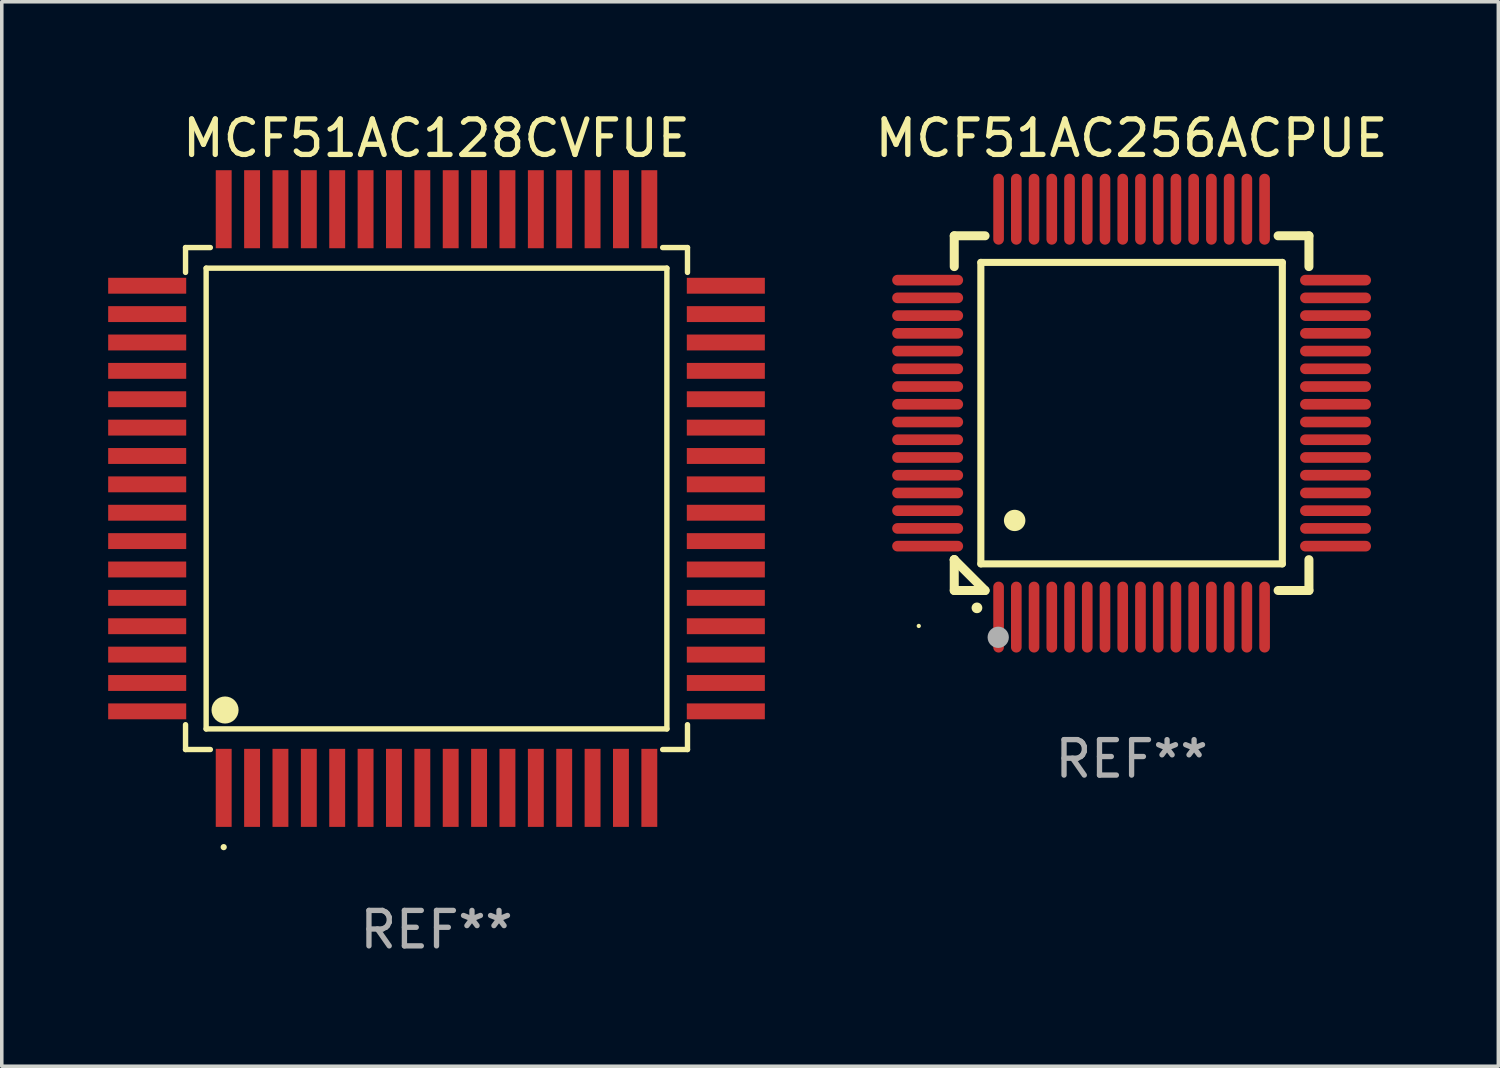
<source format=kicad_pcb>
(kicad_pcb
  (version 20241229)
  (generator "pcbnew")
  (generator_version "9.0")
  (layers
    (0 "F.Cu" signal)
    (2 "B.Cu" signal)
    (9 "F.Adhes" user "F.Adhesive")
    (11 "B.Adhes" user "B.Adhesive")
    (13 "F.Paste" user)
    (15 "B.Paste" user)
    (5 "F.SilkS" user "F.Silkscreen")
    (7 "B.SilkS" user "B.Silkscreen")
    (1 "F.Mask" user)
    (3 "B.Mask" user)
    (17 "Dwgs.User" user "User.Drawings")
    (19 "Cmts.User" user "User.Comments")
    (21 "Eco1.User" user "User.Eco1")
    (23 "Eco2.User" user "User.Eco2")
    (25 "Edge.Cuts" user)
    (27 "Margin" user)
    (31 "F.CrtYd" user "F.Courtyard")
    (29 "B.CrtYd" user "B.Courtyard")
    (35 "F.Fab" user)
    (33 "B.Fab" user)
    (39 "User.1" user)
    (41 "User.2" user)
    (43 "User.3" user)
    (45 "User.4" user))
  (footprint "MCF51AC256ACPUE"
    (layer "F.Cu")
    (at 28.854 8.598)
    (property "Reference" "MCF51AC256ACPUE" (at 0 -7.75 0) (layer "F.SilkS") (effects (font (size 1 1) (thickness 0.15))))
    (attr through_hole)
    (fp_line (start -5 -5) (end -4.131 -5) (stroke (width 0.254) (type solid)) (layer "F.SilkS"))
    (fp_line (start -5 -4.131) (end -5 -5) (stroke (width 0.254) (type solid)) (layer "F.SilkS"))
    (fp_line (start -5 4.131) (end -5 4.131) (stroke (width 0.254) (type solid)) (layer "F.SilkS"))
    (fp_line (start -5 5) (end -5 4.131) (stroke (width 0.254) (type solid)) (layer "F.SilkS"))
    (fp_line (start -5 4.131) (end -4.131 5) (stroke (width 0.254) (type solid)) (layer "F.SilkS"))
    (fp_line (start -4.25 -4.25) (end -4.25 4.25) (stroke (width 0.2) (type solid)) (layer "F.SilkS"))
    (fp_line (start -4.25 4.25) (end 4.25 4.25) (stroke (width 0.2) (type solid)) (layer "F.SilkS"))
    (fp_line (start -4.131 5) (end -5 5) (stroke (width 0.254) (type solid)) (layer "F.SilkS"))
    (fp_line (start 4.25 -4.25) (end -4.25 -4.25) (stroke (width 0.2) (type solid)) (layer "F.SilkS"))
    (fp_line (start 4.25 4.25) (end 4.25 -4.25) (stroke (width 0.2) (type solid)) (layer "F.SilkS"))
    (fp_line (start 5 -5) (end 4.131 -5) (stroke (width 0.254) (type solid)) (layer "F.SilkS"))
    (fp_line (start 5 -5) (end 5 -4.131) (stroke (width 0.254) (type solid)) (layer "F.SilkS"))
    (fp_line (start 5 4.131) (end 5 5) (stroke (width 0.254) (type solid)) (layer "F.SilkS"))
    (fp_line (start 5 5) (end 4.131 5) (stroke (width 0.254) (type solid)) (layer "F.SilkS"))
    (fp_arc (start -4.361265 5.489992) (mid -4.359995 5.489987) (end -4.358725 5.489992) (stroke (width 0.3) (type solid)) (layer "F.SilkS"))
    (fp_arc (start -3.299467 3.025146) (mid -3.296927 3.025135) (end -3.294387 3.025146) (stroke (width 0.6) (type solid)) (layer "F.SilkS"))
    (fp_circle (center -6 6) (end -5.97 6) (stroke (width 0.06) (type solid)) (fill no) (layer "F.SilkS"))
    (fp_circle (center -3.76 6.32) (end -3.61 6.32) (stroke (width 0.3) (type solid)) (fill no) (layer "F.Fab"))
    (fp_text user "REF**" (at 0 9.75 0) (layer "F.Fab") (effects (font (size 1 1) (thickness 0.15))))
    (pad "1" smd oval (at -3.75 5.75) (size 0.3 2) (layers "F.Cu" "F.Mask" "F.Paste"))
    (pad "2" smd oval (at -3.25 5.75) (size 0.3 2) (layers "F.Cu" "F.Mask" "F.Paste"))
    (pad "3" smd oval (at -2.75 5.75) (size 0.3 2) (layers "F.Cu" "F.Mask" "F.Paste"))
    (pad "4" smd oval (at -2.25 5.75) (size 0.3 2) (layers "F.Cu" "F.Mask" "F.Paste"))
    (pad "5" smd oval (at -1.75 5.75) (size 0.3 2) (layers "F.Cu" "F.Mask" "F.Paste"))
    (pad "6" smd oval (at -1.25 5.75) (size 0.3 2) (layers "F.Cu" "F.Mask" "F.Paste"))
    (pad "7" smd oval (at -0.75 5.75) (size 0.3 2) (layers "F.Cu" "F.Mask" "F.Paste"))
    (pad "8" smd oval (at -0.25 5.75) (size 0.3 2) (layers "F.Cu" "F.Mask" "F.Paste"))
    (pad "9" smd oval (at 0.25 5.75) (size 0.3 2) (layers "F.Cu" "F.Mask" "F.Paste"))
    (pad "10" smd oval (at 0.75 5.75) (size 0.3 2) (layers "F.Cu" "F.Mask" "F.Paste"))
    (pad "11" smd oval (at 1.25 5.75) (size 0.3 2) (layers "F.Cu" "F.Mask" "F.Paste"))
    (pad "12" smd oval (at 1.75 5.75) (size 0.3 2) (layers "F.Cu" "F.Mask" "F.Paste"))
    (pad "13" smd oval (at 2.25 5.75) (size 0.3 2) (layers "F.Cu" "F.Mask" "F.Paste"))
    (pad "14" smd oval (at 2.75 5.75) (size 0.3 2) (layers "F.Cu" "F.Mask" "F.Paste"))
    (pad "15" smd oval (at 3.25 5.75) (size 0.3 2) (layers "F.Cu" "F.Mask" "F.Paste"))
    (pad "16" smd oval (at 3.75 5.75) (size 0.3 2) (layers "F.Cu" "F.Mask" "F.Paste"))
    (pad "17" smd oval (at 5.75 3.75) (size 2 0.3) (layers "F.Cu" "F.Mask" "F.Paste"))
    (pad "18" smd oval (at 5.75 3.25) (size 2 0.3) (layers "F.Cu" "F.Mask" "F.Paste"))
    (pad "19" smd oval (at 5.75 2.75) (size 2 0.3) (layers "F.Cu" "F.Mask" "F.Paste"))
    (pad "20" smd oval (at 5.75 2.25) (size 2 0.3) (layers "F.Cu" "F.Mask" "F.Paste"))
    (pad "21" smd oval (at 5.75 1.75) (size 2 0.3) (layers "F.Cu" "F.Mask" "F.Paste"))
    (pad "22" smd oval (at 5.75 1.25) (size 2 0.3) (layers "F.Cu" "F.Mask" "F.Paste"))
    (pad "23" smd oval (at 5.75 0.75) (size 2 0.3) (layers "F.Cu" "F.Mask" "F.Paste"))
    (pad "24" smd oval (at 5.75 0.25) (size 2 0.3) (layers "F.Cu" "F.Mask" "F.Paste"))
    (pad "25" smd oval (at 5.75 -0.25) (size 2 0.3) (layers "F.Cu" "F.Mask" "F.Paste"))
    (pad "26" smd oval (at 5.75 -0.75) (size 2 0.3) (layers "F.Cu" "F.Mask" "F.Paste"))
    (pad "27" smd oval (at 5.75 -1.25) (size 2 0.3) (layers "F.Cu" "F.Mask" "F.Paste"))
    (pad "28" smd oval (at 5.75 -1.75) (size 2 0.3) (layers "F.Cu" "F.Mask" "F.Paste"))
    (pad "29" smd oval (at 5.75 -2.25) (size 2 0.3) (layers "F.Cu" "F.Mask" "F.Paste"))
    (pad "30" smd oval (at 5.75 -2.75) (size 2 0.3) (layers "F.Cu" "F.Mask" "F.Paste"))
    (pad "31" smd oval (at 5.75 -3.25) (size 2 0.3) (layers "F.Cu" "F.Mask" "F.Paste"))
    (pad "32" smd oval (at 5.75 -3.75) (size 2 0.3) (layers "F.Cu" "F.Mask" "F.Paste"))
    (pad "33" smd oval (at 3.75 -5.75) (size 0.3 2) (layers "F.Cu" "F.Mask" "F.Paste"))
    (pad "34" smd oval (at 3.25 -5.75) (size 0.3 2) (layers "F.Cu" "F.Mask" "F.Paste"))
    (pad "35" smd oval (at 2.75 -5.75) (size 0.3 2) (layers "F.Cu" "F.Mask" "F.Paste"))
    (pad "36" smd oval (at 2.25 -5.75) (size 0.3 2) (layers "F.Cu" "F.Mask" "F.Paste"))
    (pad "37" smd oval (at 1.75 -5.75) (size 0.3 2) (layers "F.Cu" "F.Mask" "F.Paste"))
    (pad "38" smd oval (at 1.25 -5.75) (size 0.3 2) (layers "F.Cu" "F.Mask" "F.Paste"))
    (pad "39" smd oval (at 0.75 -5.75) (size 0.3 2) (layers "F.Cu" "F.Mask" "F.Paste"))
    (pad "40" smd oval (at 0.25 -5.75) (size 0.3 2) (layers "F.Cu" "F.Mask" "F.Paste"))
    (pad "41" smd oval (at -0.25 -5.75) (size 0.3 2) (layers "F.Cu" "F.Mask" "F.Paste"))
    (pad "42" smd oval (at -0.75 -5.75) (size 0.3 2) (layers "F.Cu" "F.Mask" "F.Paste"))
    (pad "43" smd oval (at -1.25 -5.75) (size 0.3 2) (layers "F.Cu" "F.Mask" "F.Paste"))
    (pad "44" smd oval (at -1.75 -5.75) (size 0.3 2) (layers "F.Cu" "F.Mask" "F.Paste"))
    (pad "45" smd oval (at -2.25 -5.75) (size 0.3 2) (layers "F.Cu" "F.Mask" "F.Paste"))
    (pad "46" smd oval (at -2.75 -5.75) (size 0.3 2) (layers "F.Cu" "F.Mask" "F.Paste"))
    (pad "47" smd oval (at -3.25 -5.75) (size 0.3 2) (layers "F.Cu" "F.Mask" "F.Paste"))
    (pad "48" smd oval (at -3.75 -5.75) (size 0.3 2) (layers "F.Cu" "F.Mask" "F.Paste"))
    (pad "49" smd oval (at -5.75 -3.75) (size 2 0.3) (layers "F.Cu" "F.Mask" "F.Paste"))
    (pad "50" smd oval (at -5.75 -3.25) (size 2 0.3) (layers "F.Cu" "F.Mask" "F.Paste"))
    (pad "51" smd oval (at -5.75 -2.75) (size 2 0.3) (layers "F.Cu" "F.Mask" "F.Paste"))
    (pad "52" smd oval (at -5.75 -2.25) (size 2 0.3) (layers "F.Cu" "F.Mask" "F.Paste"))
    (pad "53" smd oval (at -5.75 -1.75) (size 2 0.3) (layers "F.Cu" "F.Mask" "F.Paste"))
    (pad "54" smd oval (at -5.75 -1.25) (size 2 0.3) (layers "F.Cu" "F.Mask" "F.Paste"))
    (pad "55" smd oval (at -5.75 -0.75) (size 2 0.3) (layers "F.Cu" "F.Mask" "F.Paste"))
    (pad "56" smd oval (at -5.75 -0.25) (size 2 0.3) (layers "F.Cu" "F.Mask" "F.Paste"))
    (pad "57" smd oval (at -5.75 0.25) (size 2 0.3) (layers "F.Cu" "F.Mask" "F.Paste"))
    (pad "58" smd oval (at -5.75 0.75) (size 2 0.3) (layers "F.Cu" "F.Mask" "F.Paste"))
    (pad "59" smd oval (at -5.75 1.25) (size 2 0.3) (layers "F.Cu" "F.Mask" "F.Paste"))
    (pad "60" smd oval (at -5.75 1.75) (size 2 0.3) (layers "F.Cu" "F.Mask" "F.Paste"))
    (pad "61" smd oval (at -5.75 2.25) (size 2 0.3) (layers "F.Cu" "F.Mask" "F.Paste"))
    (pad "62" smd oval (at -5.75 2.75) (size 2 0.3) (layers "F.Cu" "F.Mask" "F.Paste"))
    (pad "63" smd oval (at -5.75 3.25) (size 2 0.3) (layers "F.Cu" "F.Mask" "F.Paste"))
    (pad "64" smd oval (at -5.75 3.75) (size 2 0.3) (layers "F.Cu" "F.Mask" "F.Paste")))
  (footprint "MCF51AC128CVFUE"
    (layer "F.Cu")
    (at 9.257 11.006)
    (property "Reference" "MCF51AC128CVFUE" (at 0 -10.157 0) (layer "F.SilkS") (effects (font (size 1 1) (thickness 0.15))))
    (attr through_hole)
    (fp_line (start -7.076 -7.076) (end -7.076 -6.376) (stroke (width 0.152) (type solid)) (layer "F.SilkS"))
    (fp_line (start -7.076 7.076) (end -7.076 6.376) (stroke (width 0.152) (type solid)) (layer "F.SilkS"))
    (fp_line (start -6.495 -6.495) (end 6.495 -6.495) (stroke (width 0.152) (type solid)) (layer "F.SilkS"))
    (fp_line (start -6.495 6.495) (end -6.495 -6.495) (stroke (width 0.152) (type solid)) (layer "F.SilkS"))
    (fp_line (start -6.376 -7.076) (end -7.076 -7.076) (stroke (width 0.152) (type solid)) (layer "F.SilkS"))
    (fp_line (start -6.376 7.076) (end -7.076 7.076) (stroke (width 0.152) (type solid)) (layer "F.SilkS"))
    (fp_line (start 6.376 -7.076) (end 7.076 -7.076) (stroke (width 0.152) (type solid)) (layer "F.SilkS"))
    (fp_line (start 6.376 7.076) (end 7.076 7.076) (stroke (width 0.152) (type solid)) (layer "F.SilkS"))
    (fp_line (start 6.495 -6.495) (end 6.495 6.495) (stroke (width 0.152) (type solid)) (layer "F.SilkS"))
    (fp_line (start 6.495 6.495) (end -6.495 6.495) (stroke (width 0.152) (type solid)) (layer "F.SilkS"))
    (fp_line (start 7.076 -7.076) (end 7.076 -6.376) (stroke (width 0.152) (type solid)) (layer "F.SilkS"))
    (fp_line (start 7.076 7.076) (end 7.076 6.376) (stroke (width 0.152) (type solid)) (layer "F.SilkS"))
    (fp_circle (center -6 9.828) (end -5.956 9.828) (stroke (width 0.088) (type solid)) (fill no) (layer "F.SilkS"))
    (fp_circle (center -5.962 5.962) (end -5.771 5.962) (stroke (width 0.381) (type solid)) (fill no) (layer "F.SilkS"))
    (fp_text user "REF**" (at 0 12.157 0) (layer "F.Fab") (effects (font (size 1 1) (thickness 0.15))))
    (pad "1" smd rect (at -6 8.157 90) (size 2.2 0.448) (layers "F.Cu" "F.Mask" "F.Paste"))
    (pad "2" smd rect (at -5.2 8.157 90) (size 2.2 0.448) (layers "F.Cu" "F.Mask" "F.Paste"))
    (pad "3" smd rect (at -4.4 8.157 90) (size 2.2 0.448) (layers "F.Cu" "F.Mask" "F.Paste"))
    (pad "4" smd rect (at -3.6 8.157 90) (size 2.2 0.448) (layers "F.Cu" "F.Mask" "F.Paste"))
    (pad "5" smd rect (at -2.8 8.157 90) (size 2.2 0.448) (layers "F.Cu" "F.Mask" "F.Paste"))
    (pad "6" smd rect (at -2 8.157 90) (size 2.2 0.448) (layers "F.Cu" "F.Mask" "F.Paste"))
    (pad "7" smd rect (at -1.2 8.157 90) (size 2.2 0.448) (layers "F.Cu" "F.Mask" "F.Paste"))
    (pad "8" smd rect (at -0.4 8.157 90) (size 2.2 0.448) (layers "F.Cu" "F.Mask" "F.Paste"))
    (pad "9" smd rect (at 0.4 8.157 90) (size 2.2 0.448) (layers "F.Cu" "F.Mask" "F.Paste"))
    (pad "10" smd rect (at 1.2 8.157 90) (size 2.2 0.448) (layers "F.Cu" "F.Mask" "F.Paste"))
    (pad "11" smd rect (at 2 8.157 90) (size 2.2 0.448) (layers "F.Cu" "F.Mask" "F.Paste"))
    (pad "12" smd rect (at 2.8 8.157 90) (size 2.2 0.448) (layers "F.Cu" "F.Mask" "F.Paste"))
    (pad "13" smd rect (at 3.6 8.157 90) (size 2.2 0.448) (layers "F.Cu" "F.Mask" "F.Paste"))
    (pad "14" smd rect (at 4.4 8.157 90) (size 2.2 0.448) (layers "F.Cu" "F.Mask" "F.Paste"))
    (pad "15" smd rect (at 5.2 8.157 90) (size 2.2 0.448) (layers "F.Cu" "F.Mask" "F.Paste"))
    (pad "16" smd rect (at 6 8.157 90) (size 2.2 0.448) (layers "F.Cu" "F.Mask" "F.Paste"))
    (pad "17" smd rect (at 8.157 6 90) (size 0.448 2.2) (layers "F.Cu" "F.Mask" "F.Paste"))
    (pad "18" smd rect (at 8.157 5.2 90) (size 0.448 2.2) (layers "F.Cu" "F.Mask" "F.Paste"))
    (pad "19" smd rect (at 8.157 4.4 90) (size 0.448 2.2) (layers "F.Cu" "F.Mask" "F.Paste"))
    (pad "20" smd rect (at 8.157 3.6 90) (size 0.448 2.2) (layers "F.Cu" "F.Mask" "F.Paste"))
    (pad "21" smd rect (at 8.157 2.8 90) (size 0.448 2.2) (layers "F.Cu" "F.Mask" "F.Paste"))
    (pad "22" smd rect (at 8.157 2 90) (size 0.448 2.2) (layers "F.Cu" "F.Mask" "F.Paste"))
    (pad "23" smd rect (at 8.157 1.2 90) (size 0.448 2.2) (layers "F.Cu" "F.Mask" "F.Paste"))
    (pad "24" smd rect (at 8.157 0.4 90) (size 0.448 2.2) (layers "F.Cu" "F.Mask" "F.Paste"))
    (pad "25" smd rect (at 8.157 -0.4 90) (size 0.448 2.2) (layers "F.Cu" "F.Mask" "F.Paste"))
    (pad "26" smd rect (at 8.157 -1.2 90) (size 0.448 2.2) (layers "F.Cu" "F.Mask" "F.Paste"))
    (pad "27" smd rect (at 8.157 -2 90) (size 0.448 2.2) (layers "F.Cu" "F.Mask" "F.Paste"))
    (pad "28" smd rect (at 8.157 -2.8 90) (size 0.448 2.2) (layers "F.Cu" "F.Mask" "F.Paste"))
    (pad "29" smd rect (at 8.157 -3.6 90) (size 0.448 2.2) (layers "F.Cu" "F.Mask" "F.Paste"))
    (pad "30" smd rect (at 8.157 -4.4 90) (size 0.448 2.2) (layers "F.Cu" "F.Mask" "F.Paste"))
    (pad "31" smd rect (at 8.157 -5.2 90) (size 0.448 2.2) (layers "F.Cu" "F.Mask" "F.Paste"))
    (pad "32" smd rect (at 8.157 -6 90) (size 0.448 2.2) (layers "F.Cu" "F.Mask" "F.Paste"))
    (pad "33" smd rect (at 6 -8.157 90) (size 2.2 0.448) (layers "F.Cu" "F.Mask" "F.Paste"))
    (pad "34" smd rect (at 5.2 -8.157 90) (size 2.2 0.448) (layers "F.Cu" "F.Mask" "F.Paste"))
    (pad "35" smd rect (at 4.4 -8.157 90) (size 2.2 0.448) (layers "F.Cu" "F.Mask" "F.Paste"))
    (pad "36" smd rect (at 3.6 -8.157 90) (size 2.2 0.448) (layers "F.Cu" "F.Mask" "F.Paste"))
    (pad "37" smd rect (at 2.8 -8.157 90) (size 2.2 0.448) (layers "F.Cu" "F.Mask" "F.Paste"))
    (pad "38" smd rect (at 2 -8.157 90) (size 2.2 0.448) (layers "F.Cu" "F.Mask" "F.Paste"))
    (pad "39" smd rect (at 1.2 -8.157 90) (size 2.2 0.448) (layers "F.Cu" "F.Mask" "F.Paste"))
    (pad "40" smd rect (at 0.4 -8.157 90) (size 2.2 0.448) (layers "F.Cu" "F.Mask" "F.Paste"))
    (pad "41" smd rect (at -0.4 -8.157 90) (size 2.2 0.448) (layers "F.Cu" "F.Mask" "F.Paste"))
    (pad "42" smd rect (at -1.2 -8.157 90) (size 2.2 0.448) (layers "F.Cu" "F.Mask" "F.Paste"))
    (pad "43" smd rect (at -2 -8.157 90) (size 2.2 0.448) (layers "F.Cu" "F.Mask" "F.Paste"))
    (pad "44" smd rect (at -2.8 -8.157 90) (size 2.2 0.448) (layers "F.Cu" "F.Mask" "F.Paste"))
    (pad "45" smd rect (at -3.6 -8.157 90) (size 2.2 0.448) (layers "F.Cu" "F.Mask" "F.Paste"))
    (pad "46" smd rect (at -4.4 -8.157 90) (size 2.2 0.448) (layers "F.Cu" "F.Mask" "F.Paste"))
    (pad "47" smd rect (at -5.2 -8.157 90) (size 2.2 0.448) (layers "F.Cu" "F.Mask" "F.Paste"))
    (pad "48" smd rect (at -6 -8.157 90) (size 2.2 0.448) (layers "F.Cu" "F.Mask" "F.Paste"))
    (pad "49" smd rect (at -8.157 -6 90) (size 0.448 2.2) (layers "F.Cu" "F.Mask" "F.Paste"))
    (pad "50" smd rect (at -8.157 -5.2 90) (size 0.448 2.2) (layers "F.Cu" "F.Mask" "F.Paste"))
    (pad "51" smd rect (at -8.157 -4.4 90) (size 0.448 2.2) (layers "F.Cu" "F.Mask" "F.Paste"))
    (pad "52" smd rect (at -8.157 -3.6 90) (size 0.448 2.2) (layers "F.Cu" "F.Mask" "F.Paste"))
    (pad "53" smd rect (at -8.157 -2.8 90) (size 0.448 2.2) (layers "F.Cu" "F.Mask" "F.Paste"))
    (pad "54" smd rect (at -8.157 -2 90) (size 0.448 2.2) (layers "F.Cu" "F.Mask" "F.Paste"))
    (pad "55" smd rect (at -8.157 -1.2 90) (size 0.448 2.2) (layers "F.Cu" "F.Mask" "F.Paste"))
    (pad "56" smd rect (at -8.157 -0.4 90) (size 0.448 2.2) (layers "F.Cu" "F.Mask" "F.Paste"))
    (pad "57" smd rect (at -8.157 0.4 90) (size 0.448 2.2) (layers "F.Cu" "F.Mask" "F.Paste"))
    (pad "58" smd rect (at -8.157 1.2 90) (size 0.448 2.2) (layers "F.Cu" "F.Mask" "F.Paste"))
    (pad "59" smd rect (at -8.157 2 90) (size 0.448 2.2) (layers "F.Cu" "F.Mask" "F.Paste"))
    (pad "60" smd rect (at -8.157 2.8 90) (size 0.448 2.2) (layers "F.Cu" "F.Mask" "F.Paste"))
    (pad "61" smd rect (at -8.157 3.6 90) (size 0.448 2.2) (layers "F.Cu" "F.Mask" "F.Paste"))
    (pad "62" smd rect (at -8.157 4.4 90) (size 0.448 2.2) (layers "F.Cu" "F.Mask" "F.Paste"))
    (pad "63" smd rect (at -8.157 5.2 90) (size 0.448 2.2) (layers "F.Cu" "F.Mask" "F.Paste"))
    (pad "64" smd rect (at -8.157 6 90) (size 0.448 2.2) (layers "F.Cu" "F.Mask" "F.Paste")))
  (gr_rect
    (start -3 -3)
    (end 39.194 27.011)
    (stroke (width 0.1) (type default))
    (fill no)
    (layer "Edge.Cuts")))
</source>
